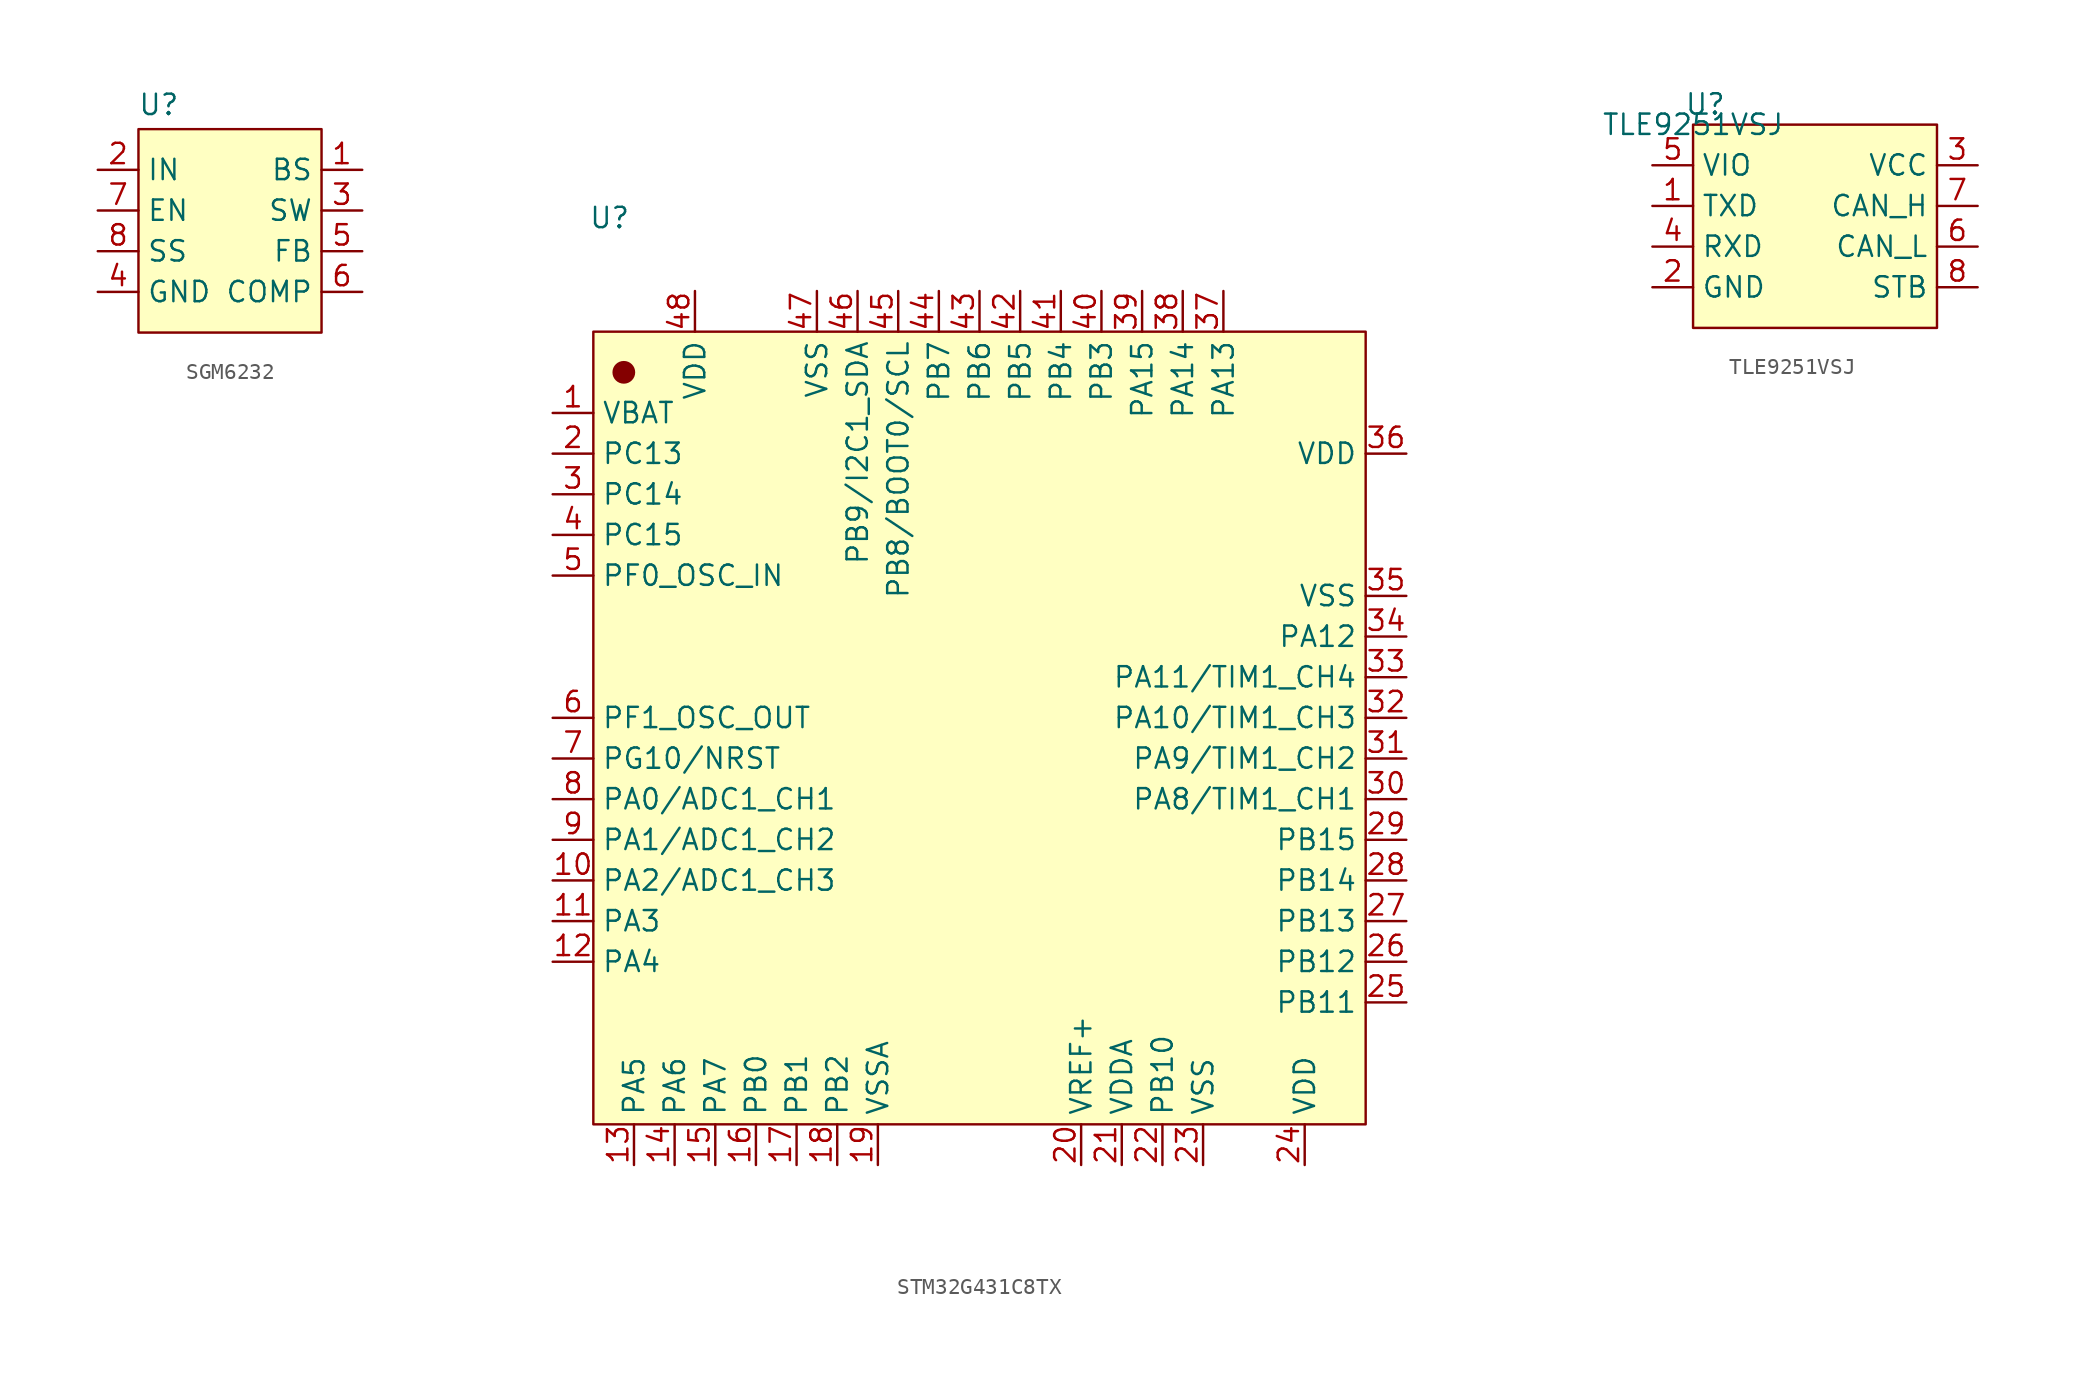
<source format=kicad_sym>
(kicad_symbol_lib
  (version 20241209)
  (generator "kicad_symbol_editor")
  (generator_version "9.0")
  (symbol "SGM6232"
    (property "Reference" "U"
      (at 1.27 1.524 0)
      (effects (font (size 1.27 1.27))))
    (property "Value" ""
      (at 0 0 0)
      (effects (font (size 1.27 1.27))))
    (symbol "SGM6232_1_1"
      (rectangle (start 0 0) (end 11.43 -12.7) (stroke (width 0) (type default)) (fill (type background)))
      (pin input line (at -2.54 -2.54 0) (length 2.54) (name "IN" (effects (font (size 1.27 1.27)))) (number "2" (effects (font (size 1.27 1.27)))))
      (pin input line (at -2.54 -5.08 0) (length 2.54) (name "EN" (effects (font (size 1.27 1.27)))) (number "7" (effects (font (size 1.27 1.27)))))
      (pin input line (at -2.54 -7.62 0) (length 2.54) (name "SS" (effects (font (size 1.27 1.27)))) (number "8" (effects (font (size 1.27 1.27)))))
      (pin input line (at -2.54 -10.16 0) (length 2.54) (name "GND" (effects (font (size 1.27 1.27)))) (number "4" (effects (font (size 1.27 1.27)))))
      (pin input line (at 13.97 -2.54 180) (length 2.54) (name "BS" (effects (font (size 1.27 1.27)))) (number "1" (effects (font (size 1.27 1.27)))))
      (pin input line (at 13.97 -5.08 180) (length 2.54) (name "SW" (effects (font (size 1.27 1.27)))) (number "3" (effects (font (size 1.27 1.27)))))
      (pin input line (at 13.97 -7.62 180) (length 2.54) (name "FB" (effects (font (size 1.27 1.27)))) (number "5" (effects (font (size 1.27 1.27)))))
      (pin input line (at 13.97 -10.16 180) (length 2.54) (name "COMP" (effects (font (size 1.27 1.27)))) (number "6" (effects (font (size 1.27 1.27)))))))
  (symbol "STM32G431C8TX"
    (property "Reference" "U"
      (at -21.844 -3.048 0)
      (effects (font (size 1.27 1.27))))
    (property "Value" ""
      (at 0 0 0)
      (effects (font (size 1.27 1.27))))
    (symbol "STM32G431C8TX_0_1"
      (rectangle (start -22.86 -10.16) (end 25.4 -59.69) (stroke (width 0.152) (type default)) (fill (type background)))
      (circle (center -20.955 -12.7) (radius 0.635) (stroke (width 0.152) (type default)) (fill (type outline))))
    (symbol "STM32G431C8TX_1_1"
      (pin input line (at -25.4 -15.24 0) (length 2.54) (name "VBAT" (effects (font (size 1.27 1.27)))) (number "1" (effects (font (size 1.27 1.27)))))
      (pin input line (at -25.4 -17.78 0) (length 2.54) (name "PC13" (effects (font (size 1.27 1.27)))) (number "2" (effects (font (size 1.27 1.27)))))
      (pin input line (at -25.4 -20.32 0) (length 2.54) (name "PC14" (effects (font (size 1.27 1.27)))) (number "3" (effects (font (size 1.27 1.27)))))
      (pin input line (at -25.4 -22.86 0) (length 2.54) (name "PC15" (effects (font (size 1.27 1.27)))) (number "4" (effects (font (size 1.27 1.27)))))
      (pin input line (at -25.4 -25.4 0) (length 2.54) (name "PF0_OSC_IN" (effects (font (size 1.27 1.27)))) (number "5" (effects (font (size 1.27 1.27)))))
      (pin input line (at -25.4 -34.29 0) (length 2.54) (name "PF1_OSC_OUT" (effects (font (size 1.27 1.27)))) (number "6" (effects (font (size 1.27 1.27)))))
      (pin input line (at -25.4 -36.83 0) (length 2.54) (name "PG10/NRST" (effects (font (size 1.27 1.27)))) (number "7" (effects (font (size 1.27 1.27)))))
      (pin input line (at -25.4 -39.37 0) (length 2.54) (name "PA0/ADC1_CH1" (effects (font (size 1.27 1.27)))) (number "8" (effects (font (size 1.27 1.27)))))
      (pin input line (at -25.4 -41.91 0) (length 2.54) (name "PA1/ADC1_CH2" (effects (font (size 1.27 1.27)))) (number "9" (effects (font (size 1.27 1.27)))))
      (pin input line (at -25.4 -44.45 0) (length 2.54) (name "PA2/ADC1_CH3" (effects (font (size 1.27 1.27)))) (number "10" (effects (font (size 1.27 1.27)))))
      (pin input line (at -25.4 -46.99 0) (length 2.54) (name "PA3" (effects (font (size 1.27 1.27)))) (number "11" (effects (font (size 1.27 1.27)))))
      (pin input line (at -25.4 -49.53 0) (length 2.54) (name "PA4" (effects (font (size 1.27 1.27)))) (number "12" (effects (font (size 1.27 1.27)))))
      (pin input line (at -20.32 -62.23 90) (length 2.54) (name "PA5" (effects (font (size 1.27 1.27)))) (number "13" (effects (font (size 1.27 1.27)))))
      (pin input line (at -17.78 -62.23 90) (length 2.54) (name "PA6" (effects (font (size 1.27 1.27)))) (number "14" (effects (font (size 1.27 1.27)))))
      (pin input line (at -16.51 -7.62 270) (length 2.54) (name "VDD" (effects (font (size 1.27 1.27)))) (number "48" (effects (font (size 1.27 1.27)))))
      (pin input line (at -15.24 -62.23 90) (length 2.54) (name "PA7" (effects (font (size 1.27 1.27)))) (number "15" (effects (font (size 1.27 1.27)))))
      (pin input line (at -12.7 -62.23 90) (length 2.54) (name "PB0" (effects (font (size 1.27 1.27)))) (number "16" (effects (font (size 1.27 1.27)))))
      (pin input line (at -10.16 -62.23 90) (length 2.54) (name "PB1" (effects (font (size 1.27 1.27)))) (number "17" (effects (font (size 1.27 1.27)))))
      (pin input line (at -8.89 -7.62 270) (length 2.54) (name "VSS" (effects (font (size 1.27 1.27)))) (number "47" (effects (font (size 1.27 1.27)))))
      (pin input line (at -7.62 -62.23 90) (length 2.54) (name "PB2" (effects (font (size 1.27 1.27)))) (number "18" (effects (font (size 1.27 1.27)))))
      (pin input line (at -6.35 -7.62 270) (length 2.54) (name "PB9/I2C1_SDA" (effects (font (size 1.27 1.27)))) (number "46" (effects (font (size 1.27 1.27)))))
      (pin input line (at -5.08 -62.23 90) (length 2.54) (name "VSSA" (effects (font (size 1.27 1.27)))) (number "19" (effects (font (size 1.27 1.27)))))
      (pin input line (at -3.81 -7.62 270) (length 2.54) (name "PB8/BOOT0/SCL" (effects (font (size 1.27 1.27)))) (number "45" (effects (font (size 1.27 1.27)))))
      (pin input line (at -1.27 -7.62 270) (length 2.54) (name "PB7" (effects (font (size 1.27 1.27)))) (number "44" (effects (font (size 1.27 1.27)))))
      (pin input line (at 1.27 -7.62 270) (length 2.54) (name "PB6" (effects (font (size 1.27 1.27)))) (number "43" (effects (font (size 1.27 1.27)))))
      (pin input line (at 3.81 -7.62 270) (length 2.54) (name "PB5" (effects (font (size 1.27 1.27)))) (number "42" (effects (font (size 1.27 1.27)))))
      (pin input line (at 6.35 -7.62 270) (length 2.54) (name "PB4" (effects (font (size 1.27 1.27)))) (number "41" (effects (font (size 1.27 1.27)))))
      (pin input line (at 7.62 -62.23 90) (length 2.54) (name "VREF+" (effects (font (size 1.27 1.27)))) (number "20" (effects (font (size 1.27 1.27)))))
      (pin input line (at 8.89 -7.62 270) (length 2.54) (name "PB3" (effects (font (size 1.27 1.27)))) (number "40" (effects (font (size 1.27 1.27)))))
      (pin input line (at 10.16 -62.23 90) (length 2.54) (name "VDDA" (effects (font (size 1.27 1.27)))) (number "21" (effects (font (size 1.27 1.27)))))
      (pin input line (at 11.43 -7.62 270) (length 2.54) (name "PA15" (effects (font (size 1.27 1.27)))) (number "39" (effects (font (size 1.27 1.27)))))
      (pin input line (at 12.7 -62.23 90) (length 2.54) (name "PB10" (effects (font (size 1.27 1.27)))) (number "22" (effects (font (size 1.27 1.27)))))
      (pin input line (at 13.97 -7.62 270) (length 2.54) (name "PA14" (effects (font (size 1.27 1.27)))) (number "38" (effects (font (size 1.27 1.27)))))
      (pin input line (at 15.24 -62.23 90) (length 2.54) (name "VSS" (effects (font (size 1.27 1.27)))) (number "23" (effects (font (size 1.27 1.27)))))
      (pin input line (at 16.51 -7.62 270) (length 2.54) (name "PA13" (effects (font (size 1.27 1.27)))) (number "37" (effects (font (size 1.27 1.27)))))
      (pin input line (at 21.59 -62.23 90) (length 2.54) (name "VDD" (effects (font (size 1.27 1.27)))) (number "24" (effects (font (size 1.27 1.27)))))
      (pin input line (at 27.94 -17.78 180) (length 2.54) (name "VDD" (effects (font (size 1.27 1.27)))) (number "36" (effects (font (size 1.27 1.27)))))
      (pin input line (at 27.94 -26.67 180) (length 2.54) (name "VSS" (effects (font (size 1.27 1.27)))) (number "35" (effects (font (size 1.27 1.27)))))
      (pin input line (at 27.94 -29.21 180) (length 2.54) (name "PA12" (effects (font (size 1.27 1.27)))) (number "34" (effects (font (size 1.27 1.27)))))
      (pin input line (at 27.94 -31.75 180) (length 2.54) (name "PA11/TIM1_CH4" (effects (font (size 1.27 1.27)))) (number "33" (effects (font (size 1.27 1.27)))))
      (pin bidirectional line (at 27.94 -34.29 180) (length 2.54) (name "PA10/TIM1_CH3" (effects (font (size 1.27 1.27)))) (number "32" (effects (font (size 1.27 1.27)))))
      (pin bidirectional line (at 27.94 -36.83 180) (length 2.54) (name "PA9/TIM1_CH2" (effects (font (size 1.27 1.27)))) (number "31" (effects (font (size 1.27 1.27)))))
      (pin bidirectional line (at 27.94 -39.37 180) (length 2.54) (name "PA8/TIM1_CH1" (effects (font (size 1.27 1.27)))) (number "30" (effects (font (size 1.27 1.27)))))
      (pin bidirectional line (at 27.94 -41.91 180) (length 2.54) (name "PB15" (effects (font (size 1.27 1.27)))) (number "29" (effects (font (size 1.27 1.27)))))
      (pin bidirectional line (at 27.94 -44.45 180) (length 2.54) (name "PB14" (effects (font (size 1.27 1.27)))) (number "28" (effects (font (size 1.27 1.27)))))
      (pin bidirectional line (at 27.94 -46.99 180) (length 2.54) (name "PB13" (effects (font (size 1.27 1.27)))) (number "27" (effects (font (size 1.27 1.27)))))
      (pin input line (at 27.94 -49.53 180) (length 2.54) (name "PB12" (effects (font (size 1.27 1.27)))) (number "26" (effects (font (size 1.27 1.27)))))
      (pin input line (at 27.94 -52.07 180) (length 2.54) (name "PB11" (effects (font (size 1.27 1.27)))) (number "25" (effects (font (size 1.27 1.27)))))))
  (symbol "TLE9251VSJ"
    (property "Reference" "U"
      (at 0.762 1.27 0)
      (effects (font (size 1.27 1.27))))
    (property "Value" "TLE9251VSJ"
      (at 0 0 0)
      (effects (font (size 1.27 1.27))))
    (symbol "TLE9251VSJ_1_1"
      (rectangle (start 0 0) (end 15.24 -12.7) (stroke (width 0) (type solid)) (fill (type background)))
      (pin input line (at -2.54 -2.54 0) (length 2.54) (name "VIO" (effects (font (size 1.27 1.27)))) (number "5" (effects (font (size 1.27 1.27)))))
      (pin input line (at -2.54 -5.08 0) (length 2.54) (name "TXD" (effects (font (size 1.27 1.27)))) (number "1" (effects (font (size 1.27 1.27)))))
      (pin input line (at -2.54 -7.62 0) (length 2.54) (name "RXD" (effects (font (size 1.27 1.27)))) (number "4" (effects (font (size 1.27 1.27)))))
      (pin input line (at -2.54 -10.16 0) (length 2.54) (name "GND" (effects (font (size 1.27 1.27)))) (number "2" (effects (font (size 1.27 1.27)))))
      (pin input line (at 17.78 -2.54 180) (length 2.54) (name "VCC" (effects (font (size 1.27 1.27)))) (number "3" (effects (font (size 1.27 1.27)))))
      (pin input line (at 17.78 -5.08 180) (length 2.54) (name "CAN_H" (effects (font (size 1.27 1.27)))) (number "7" (effects (font (size 1.27 1.27)))))
      (pin input line (at 17.78 -7.62 180) (length 2.54) (name "CAN_L" (effects (font (size 1.27 1.27)))) (number "6" (effects (font (size 1.27 1.27)))))
      (pin input line (at 17.78 -10.16 180) (length 2.54) (name "STB" (effects (font (size 1.27 1.27)))) (number "8" (effects (font (size 1.27 1.27))))))))
</source>
